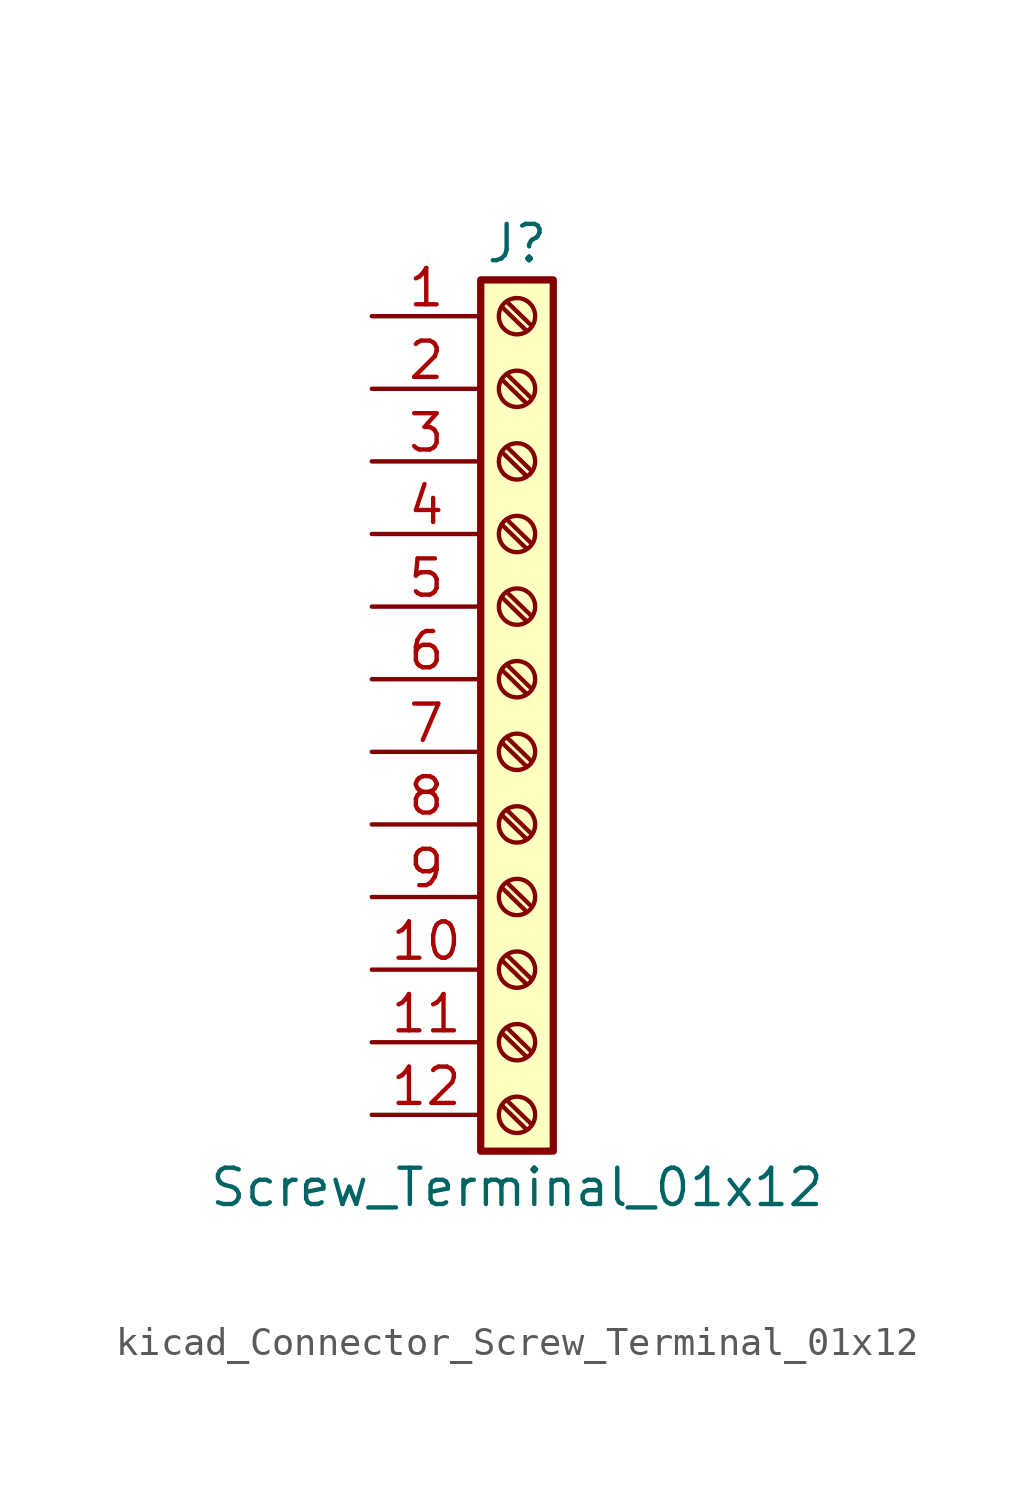
<source format=kicad_sym>
(kicad_symbol_lib
  (version 20220914)
  (generator kicad_symbol_editor)
  (symbol "kicad_Connector_Screw_Terminal_01x12"
    (pin_names
      (offset 1.016) hide)
    (property "Reference" "J"
      (at 0 15.24 0)
      (effects (font (size 1.27 1.27))))
    (property "Value" "Screw_Terminal_01x12"
      (at 0 -17.78 0)
      (effects (font (size 1.27 1.27))))
    (symbol "kicad_Connector_Screw_Terminal_01x12_1_1"
      (rectangle (start -1.27 13.97) (end 1.27 -16.51) (stroke (width 0.254) (type default)) (fill (type background)))
      (circle (center 0 -15.24) (radius 0.635) (stroke (width 0.152) (type default)) (fill (type none)))
      (circle (center 0 -12.7) (radius 0.635) (stroke (width 0.152) (type default)) (fill (type none)))
      (circle (center 0 -10.16) (radius 0.635) (stroke (width 0.152) (type default)) (fill (type none)))
      (circle (center 0 -7.62) (radius 0.635) (stroke (width 0.152) (type default)) (fill (type none)))
      (circle (center 0 -5.08) (radius 0.635) (stroke (width 0.152) (type default)) (fill (type none)))
      (circle (center 0 -2.54) (radius 0.635) (stroke (width 0.152) (type default)) (fill (type none)))
      (polyline (pts (xy -0.533 -14.91) (xy 0.33 -15.748)) (stroke (width 0.152) (type default)) (fill (type none)))
      (polyline (pts (xy -0.533 -12.37) (xy 0.33 -13.208)) (stroke (width 0.152) (type default)) (fill (type none)))
      (polyline (pts (xy -0.533 -9.83) (xy 0.33 -10.668)) (stroke (width 0.152) (type default)) (fill (type none)))
      (polyline (pts (xy -0.533 -7.29) (xy 0.33 -8.128)) (stroke (width 0.152) (type default)) (fill (type none)))
      (polyline (pts (xy -0.533 -4.75) (xy 0.33 -5.588)) (stroke (width 0.152) (type default)) (fill (type none)))
      (polyline (pts (xy -0.533 -2.21) (xy 0.33 -3.048)) (stroke (width 0.152) (type default)) (fill (type none)))
      (polyline (pts (xy -0.533 0.33) (xy 0.33 -0.508)) (stroke (width 0.152) (type default)) (fill (type none)))
      (polyline (pts (xy -0.533 2.87) (xy 0.33 2.032)) (stroke (width 0.152) (type default)) (fill (type none)))
      (polyline (pts (xy -0.533 5.41) (xy 0.33 4.572)) (stroke (width 0.152) (type default)) (fill (type none)))
      (polyline (pts (xy -0.533 7.95) (xy 0.33 7.112)) (stroke (width 0.152) (type default)) (fill (type none)))
      (polyline (pts (xy -0.533 10.49) (xy 0.33 9.652)) (stroke (width 0.152) (type default)) (fill (type none)))
      (polyline (pts (xy -0.533 13.03) (xy 0.33 12.192)) (stroke (width 0.152) (type default)) (fill (type none)))
      (polyline (pts (xy -0.356 -14.732) (xy 0.508 -15.57)) (stroke (width 0.152) (type default)) (fill (type none)))
      (polyline (pts (xy -0.356 -12.192) (xy 0.508 -13.03)) (stroke (width 0.152) (type default)) (fill (type none)))
      (polyline (pts (xy -0.356 -9.652) (xy 0.508 -10.49)) (stroke (width 0.152) (type default)) (fill (type none)))
      (polyline (pts (xy -0.356 -7.112) (xy 0.508 -7.95)) (stroke (width 0.152) (type default)) (fill (type none)))
      (polyline (pts (xy -0.356 -4.572) (xy 0.508 -5.41)) (stroke (width 0.152) (type default)) (fill (type none)))
      (polyline (pts (xy -0.356 -2.032) (xy 0.508 -2.87)) (stroke (width 0.152) (type default)) (fill (type none)))
      (polyline (pts (xy -0.356 0.508) (xy 0.508 -0.33)) (stroke (width 0.152) (type default)) (fill (type none)))
      (polyline (pts (xy -0.356 3.048) (xy 0.508 2.21)) (stroke (width 0.152) (type default)) (fill (type none)))
      (polyline (pts (xy -0.356 5.588) (xy 0.508 4.75)) (stroke (width 0.152) (type default)) (fill (type none)))
      (polyline (pts (xy -0.356 8.128) (xy 0.508 7.29)) (stroke (width 0.152) (type default)) (fill (type none)))
      (polyline (pts (xy -0.356 10.668) (xy 0.508 9.83)) (stroke (width 0.152) (type default)) (fill (type none)))
      (polyline (pts (xy -0.356 13.208) (xy 0.508 12.37)) (stroke (width 0.152) (type default)) (fill (type none)))
      (circle (center 0 0) (radius 0.635) (stroke (width 0.152) (type default)) (fill (type none)))
      (circle (center 0 2.54) (radius 0.635) (stroke (width 0.152) (type default)) (fill (type none)))
      (circle (center 0 5.08) (radius 0.635) (stroke (width 0.152) (type default)) (fill (type none)))
      (circle (center 0 7.62) (radius 0.635) (stroke (width 0.152) (type default)) (fill (type none)))
      (circle (center 0 10.16) (radius 0.635) (stroke (width 0.152) (type default)) (fill (type none)))
      (circle (center 0 12.7) (radius 0.635) (stroke (width 0.152) (type default)) (fill (type none)))
      (pin passive line (at -5.08 12.7 0) (length 3.81) (name "Pin_1" (effects (font (size 1.27 1.27)))) (number "1" (effects (font (size 1.27 1.27)))))
      (pin passive line (at -5.08 -10.16 0) (length 3.81) (name "Pin_10" (effects (font (size 1.27 1.27)))) (number "10" (effects (font (size 1.27 1.27)))))
      (pin passive line (at -5.08 -12.7 0) (length 3.81) (name "Pin_11" (effects (font (size 1.27 1.27)))) (number "11" (effects (font (size 1.27 1.27)))))
      (pin passive line (at -5.08 -15.24 0) (length 3.81) (name "Pin_12" (effects (font (size 1.27 1.27)))) (number "12" (effects (font (size 1.27 1.27)))))
      (pin passive line (at -5.08 10.16 0) (length 3.81) (name "Pin_2" (effects (font (size 1.27 1.27)))) (number "2" (effects (font (size 1.27 1.27)))))
      (pin passive line (at -5.08 7.62 0) (length 3.81) (name "Pin_3" (effects (font (size 1.27 1.27)))) (number "3" (effects (font (size 1.27 1.27)))))
      (pin passive line (at -5.08 5.08 0) (length 3.81) (name "Pin_4" (effects (font (size 1.27 1.27)))) (number "4" (effects (font (size 1.27 1.27)))))
      (pin passive line (at -5.08 2.54 0) (length 3.81) (name "Pin_5" (effects (font (size 1.27 1.27)))) (number "5" (effects (font (size 1.27 1.27)))))
      (pin passive line (at -5.08 0 0) (length 3.81) (name "Pin_6" (effects (font (size 1.27 1.27)))) (number "6" (effects (font (size 1.27 1.27)))))
      (pin passive line (at -5.08 -2.54 0) (length 3.81) (name "Pin_7" (effects (font (size 1.27 1.27)))) (number "7" (effects (font (size 1.27 1.27)))))
      (pin passive line (at -5.08 -5.08 0) (length 3.81) (name "Pin_8" (effects (font (size 1.27 1.27)))) (number "8" (effects (font (size 1.27 1.27)))))
      (pin passive line (at -5.08 -7.62 0) (length 3.81) (name "Pin_9" (effects (font (size 1.27 1.27)))) (number "9" (effects (font (size 1.27 1.27))))))))
</source>
